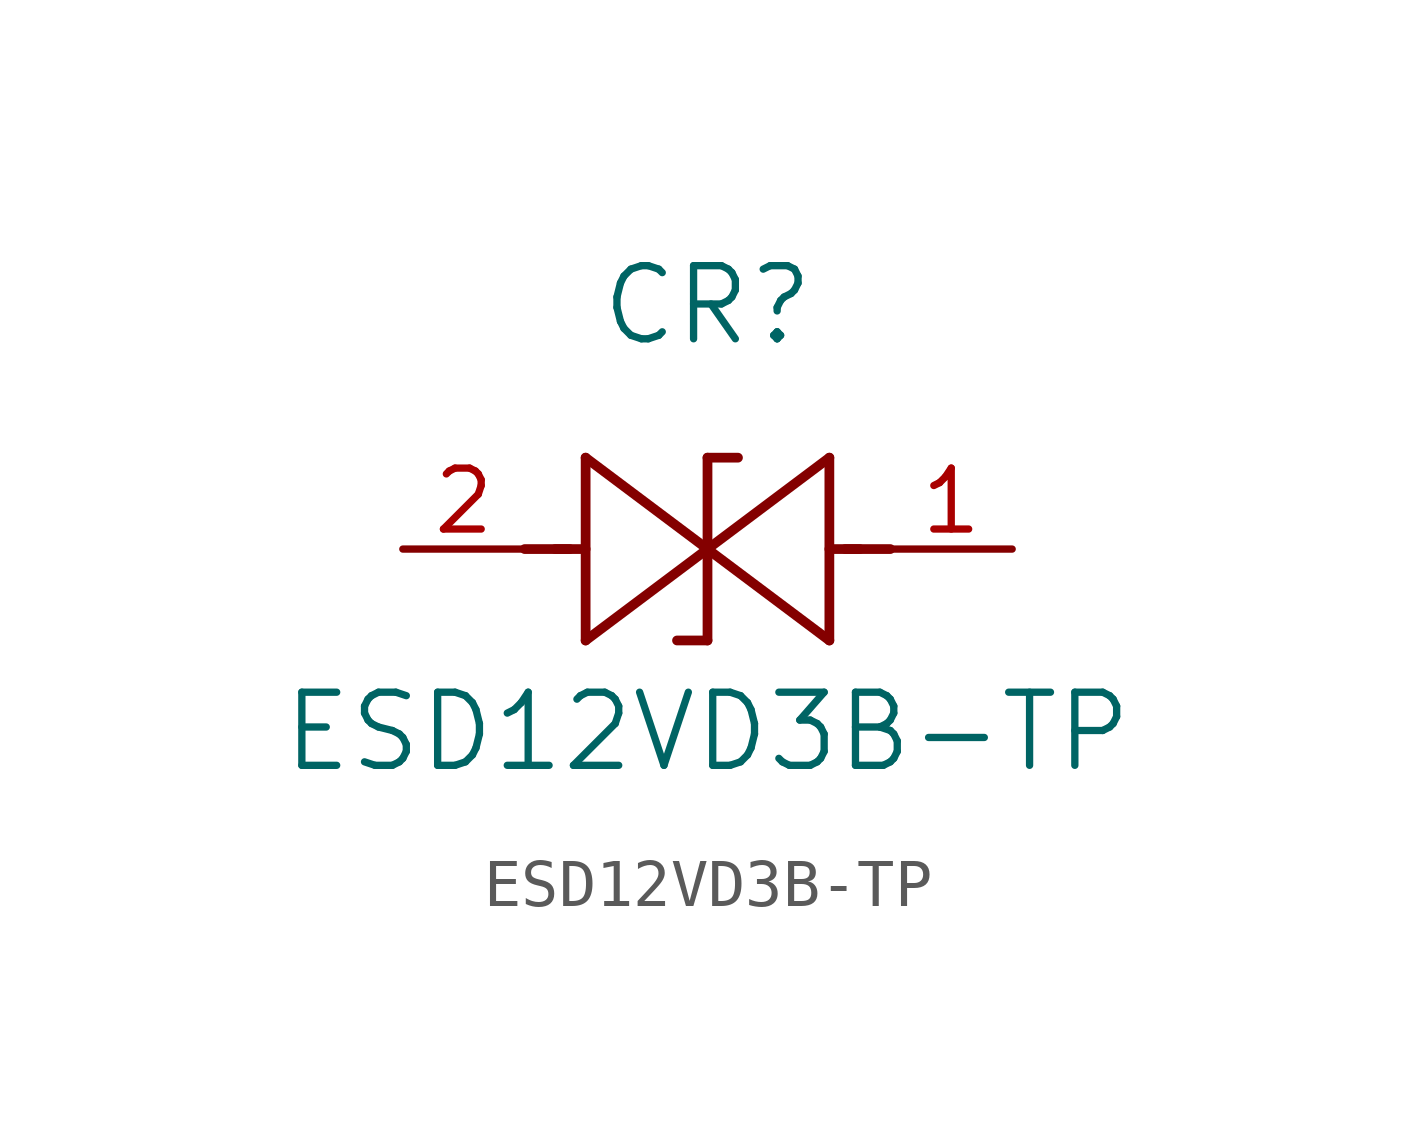
<source format=kicad_sym>
(kicad_symbol_lib
  (version 20211014)
  (generator kicad_symbol_editor)
  (symbol "ESD12VD3B-TP"
    (pin_names
      (offset 0.254))
    (property "Reference" "CR"
      (at 6.35 5.08 0)
      (effects (font (size 1.524 1.524))))
    (property "Value" "ESD12VD3B-TP"
      (at 6.35 -3.81 0)
      (effects (font (size 1.524 1.524))))
    (symbol "ESD12VD3B-TP_0_1"
      (polyline (pts (xy 2.54 0) (xy 3.48 0)) (stroke (width 0.203) (type default) (color 0 0 0 0)) (fill (type none)))
      (polyline (pts (xy 3.81 1.905) (xy 3.81 -1.905)) (stroke (width 0.203) (type default) (color 0 0 0 0)) (fill (type none)))
      (polyline (pts (xy 3.175 0) (xy 3.81 0)) (stroke (width 0.203) (type default) (color 0 0 0 0)) (fill (type none)))
      (polyline (pts (xy 6.35 0) (xy 3.81 1.905)) (stroke (width 0.203) (type default) (color 0 0 0 0)) (fill (type none)))
      (polyline (pts (xy 3.81 -1.905) (xy 6.35 0)) (stroke (width 0.203) (type default) (color 0 0 0 0)) (fill (type none)))
      (polyline (pts (xy 6.35 1.905) (xy 6.985 1.905)) (stroke (width 0.203) (type default) (color 0 0 0 0)) (fill (type none)))
      (polyline (pts (xy 6.35 -1.905) (xy 5.715 -1.905)) (stroke (width 0.203) (type default) (color 0 0 0 0)) (fill (type none)))
      (polyline (pts (xy 10.16 0) (xy 9.22 0)) (stroke (width 0.203) (type default) (color 0 0 0 0)) (fill (type none)))
      (polyline (pts (xy 8.89 -1.905) (xy 8.89 1.905)) (stroke (width 0.203) (type default) (color 0 0 0 0)) (fill (type none)))
      (polyline (pts (xy 9.525 0) (xy 8.89 0)) (stroke (width 0.203) (type default) (color 0 0 0 0)) (fill (type none)))
      (polyline (pts (xy 6.35 1.905) (xy 6.35 -1.905)) (stroke (width 0.203) (type default) (color 0 0 0 0)) (fill (type none)))
      (polyline (pts (xy 6.35 0) (xy 8.89 -1.905)) (stroke (width 0.203) (type default) (color 0 0 0 0)) (fill (type none)))
      (polyline (pts (xy 8.89 1.905) (xy 6.35 0)) (stroke (width 0.203) (type default) (color 0 0 0 0)) (fill (type none)))
      (pin unspecified line (at 0 0 0) (length 2.54) (name "" (effects (font (size 1.27 1.27)))) (number "2" (effects (font (size 1.27 1.27)))))
      (pin unspecified line (at 12.7 0 180) (length 2.54) (name "" (effects (font (size 1.27 1.27)))) (number "1" (effects (font (size 1.27 1.27))))))))
</source>
